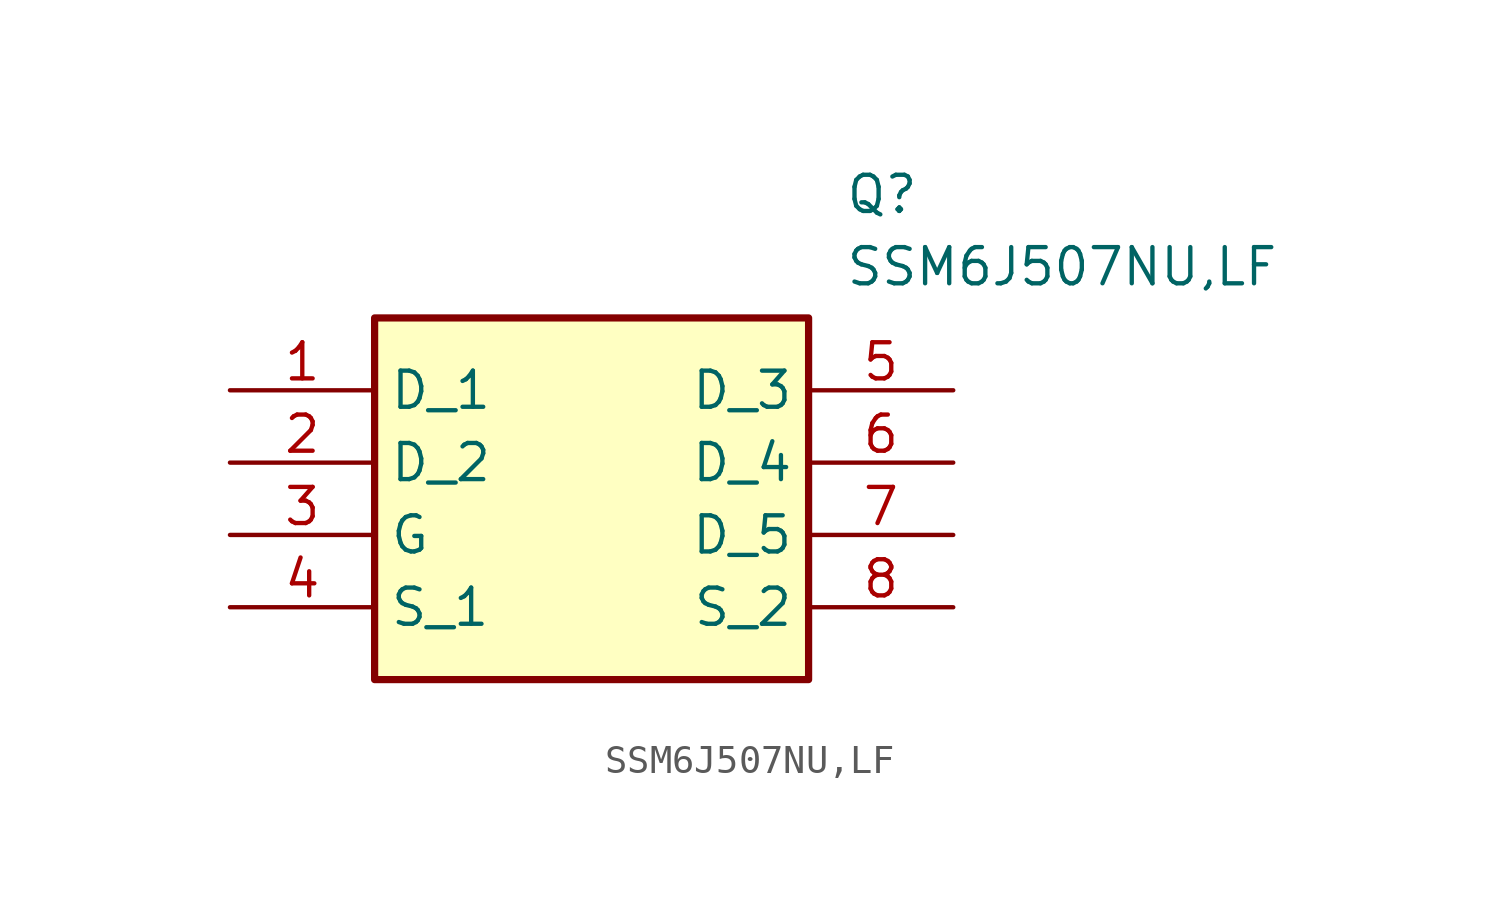
<source format=kicad_sym>
(kicad_symbol_lib
  (version 20241209)
  (generator "kicad_symbol_editor")
  (generator_version "9.0")
  (symbol "SSM6J507NU,LF"
    (property "Reference" "Q"
      (at 21.59 7.62 0)
      (effects (font (size 1.27 1.27)) (justify left top)))
    (property "Value" "SSM6J507NU,LF"
      (at 21.59 5.08 0)
      (effects (font (size 1.27 1.27)) (justify left top)))
    (symbol "SSM6J507NU,LF_1_1"
      (rectangle (start 5.08 2.54) (end 20.32 -10.16) (stroke (width 0.254) (type default)) (fill (type background)))
      (pin passive line (at 0 0 0) (length 5.08) (name "D_1" (effects (font (size 1.27 1.27)))) (number "1" (effects (font (size 1.27 1.27)))))
      (pin passive line (at 0 -2.54 0) (length 5.08) (name "D_2" (effects (font (size 1.27 1.27)))) (number "2" (effects (font (size 1.27 1.27)))))
      (pin passive line (at 0 -5.08 0) (length 5.08) (name "G" (effects (font (size 1.27 1.27)))) (number "3" (effects (font (size 1.27 1.27)))))
      (pin passive line (at 0 -7.62 0) (length 5.08) (name "S_1" (effects (font (size 1.27 1.27)))) (number "4" (effects (font (size 1.27 1.27)))))
      (pin passive line (at 25.4 0 180) (length 5.08) (name "D_3" (effects (font (size 1.27 1.27)))) (number "5" (effects (font (size 1.27 1.27)))))
      (pin passive line (at 25.4 -2.54 180) (length 5.08) (name "D_4" (effects (font (size 1.27 1.27)))) (number "6" (effects (font (size 1.27 1.27)))))
      (pin passive line (at 25.4 -5.08 180) (length 5.08) (name "D_5" (effects (font (size 1.27 1.27)))) (number "7" (effects (font (size 1.27 1.27)))))
      (pin passive line (at 25.4 -7.62 180) (length 5.08) (name "S_2" (effects (font (size 1.27 1.27)))) (number "8" (effects (font (size 1.27 1.27))))))))
</source>
